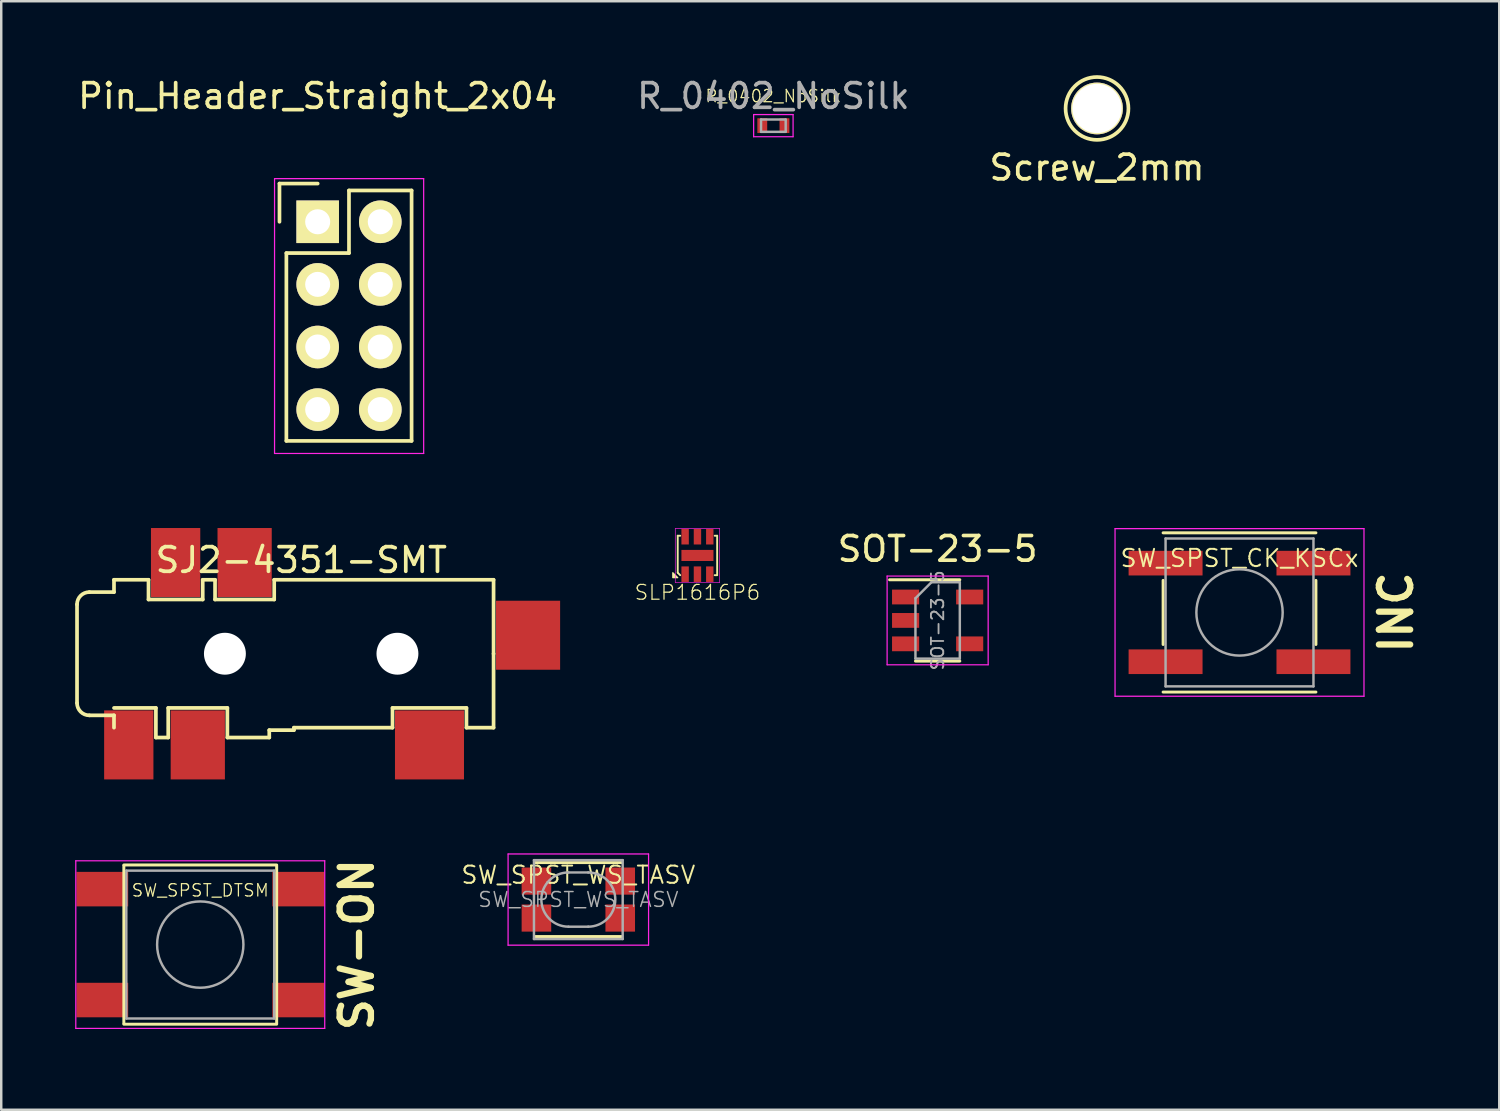
<source format=kicad_pcb>
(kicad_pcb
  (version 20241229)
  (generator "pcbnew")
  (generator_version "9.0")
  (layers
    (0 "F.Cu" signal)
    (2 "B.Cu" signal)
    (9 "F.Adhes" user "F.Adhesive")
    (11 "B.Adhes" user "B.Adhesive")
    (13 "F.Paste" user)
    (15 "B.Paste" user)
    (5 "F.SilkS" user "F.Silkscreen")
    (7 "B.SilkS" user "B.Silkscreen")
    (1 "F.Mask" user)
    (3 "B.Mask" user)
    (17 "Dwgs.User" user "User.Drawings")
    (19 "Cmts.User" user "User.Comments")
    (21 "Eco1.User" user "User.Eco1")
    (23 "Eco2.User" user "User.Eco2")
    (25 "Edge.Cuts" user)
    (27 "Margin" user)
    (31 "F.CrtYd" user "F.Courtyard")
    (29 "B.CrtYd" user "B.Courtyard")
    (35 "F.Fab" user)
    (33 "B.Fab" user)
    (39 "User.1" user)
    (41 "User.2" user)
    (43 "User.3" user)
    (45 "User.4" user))
  (footprint "SOT-23-5"
    (layer "F.Cu")
    (at 34.992 22.122)
    (property "Reference" "SOT-23-5" (at 0 -2.9 0) (layer "F.SilkS") (effects (font (size 1 1) (thickness 0.15))))
    (attr smd)
    (fp_line (start -0.9 1.65) (end 0.9 1.65) (stroke (width 0.12) (type solid)) (layer "F.SilkS"))
    (fp_line (start 0.9 -1.65) (end -1.95 -1.65) (stroke (width 0.12) (type solid)) (layer "F.SilkS"))
    (fp_line (start -2.05 -1.8) (end 2.05 -1.8) (stroke (width 0.05) (type solid)) (layer "F.CrtYd"))
    (fp_line (start -2.05 1.8) (end -2.05 -1.8) (stroke (width 0.05) (type solid)) (layer "F.CrtYd"))
    (fp_line (start 2.05 -1.8) (end 2.05 1.8) (stroke (width 0.05) (type solid)) (layer "F.CrtYd"))
    (fp_line (start 2.05 1.8) (end -2.05 1.8) (stroke (width 0.05) (type solid)) (layer "F.CrtYd"))
    (fp_line (start -0.9 -0.9) (end -0.9 1.55) (stroke (width 0.1) (type solid)) (layer "F.Fab"))
    (fp_line (start -0.9 -0.9) (end -0.25 -1.55) (stroke (width 0.1) (type solid)) (layer "F.Fab"))
    (fp_line (start 0.9 -1.55) (end -0.25 -1.55) (stroke (width 0.1) (type solid)) (layer "F.Fab"))
    (fp_line (start 0.9 -1.55) (end 0.9 1.55) (stroke (width 0.1) (type solid)) (layer "F.Fab"))
    (fp_line (start 0.9 1.55) (end -0.9 1.55) (stroke (width 0.1) (type solid)) (layer "F.Fab"))
    (fp_text user "${REFERENCE}" (at 0 0 90) (layer "F.Fab") (effects (font (size 0.5 0.5) (thickness 0.075))))
    (pad "1" smd rect (at -1.3 -0.95) (size 1.1 0.6) (layers "F.Cu" "F.Mask" "F.Paste"))
    (pad "2" smd rect (at -1.3 0) (size 1.1 0.6) (layers "F.Cu" "F.Mask" "F.Paste"))
    (pad "3" smd rect (at -1.3 0.95) (size 1.1 0.6) (layers "F.Cu" "F.Mask" "F.Paste"))
    (pad "4" smd rect (at 1.3 0.95) (size 1.1 0.6) (layers "F.Cu" "F.Mask" "F.Paste"))
    (pad "5" smd rect (at 1.3 -0.95) (size 1.1 0.6) (layers "F.Cu" "F.Mask" "F.Paste")))
  (footprint "Pin_Header_Straight_2x04"
    (layer "F.Cu")
    (at 9.839 5.948)
    (property "Reference" "Pin_Header_Straight_2x04" (at 0 -5.1 0) (layer "F.SilkS") (effects (font (size 1 1) (thickness 0.15))))
    (attr through_hole)
    (fp_line (start -1.55 -1.55) (end -1.55 0) (stroke (width 0.15) (type solid)) (layer "F.SilkS"))
    (fp_line (start -1.27 1.27) (end -1.27 8.89) (stroke (width 0.15) (type solid)) (layer "F.SilkS"))
    (fp_line (start -1.27 8.89) (end 3.81 8.89) (stroke (width 0.15) (type solid)) (layer "F.SilkS"))
    (fp_line (start 0 -1.55) (end -1.55 -1.55) (stroke (width 0.15) (type solid)) (layer "F.SilkS"))
    (fp_line (start 1.27 -1.27) (end 1.27 1.27) (stroke (width 0.15) (type solid)) (layer "F.SilkS"))
    (fp_line (start 1.27 1.27) (end -1.27 1.27) (stroke (width 0.15) (type solid)) (layer "F.SilkS"))
    (fp_line (start 3.81 -1.27) (end 1.27 -1.27) (stroke (width 0.15) (type solid)) (layer "F.SilkS"))
    (fp_line (start 3.81 8.89) (end 3.81 -1.27) (stroke (width 0.15) (type solid)) (layer "F.SilkS"))
    (fp_line (start -1.75 -1.75) (end -1.75 9.4) (stroke (width 0.05) (type solid)) (layer "F.CrtYd"))
    (fp_line (start -1.75 -1.75) (end 4.3 -1.75) (stroke (width 0.05) (type solid)) (layer "F.CrtYd"))
    (fp_line (start -1.75 9.4) (end 4.3 9.4) (stroke (width 0.05) (type solid)) (layer "F.CrtYd"))
    (fp_line (start 4.3 -1.75) (end 4.3 9.4) (stroke (width 0.05) (type solid)) (layer "F.CrtYd"))
    (pad "1" thru_hole rect (at 0 0) (size 1.727 1.727) (drill 1.016) (layers "*.Cu" "*.Mask" "F.SilkS"))
    (pad "2" thru_hole oval (at 2.54 0) (size 1.727 1.727) (drill 1.016) (layers "*.Cu" "*.Mask" "F.SilkS"))
    (pad "3" thru_hole oval (at 0 2.54) (size 1.727 1.727) (drill 1.016) (layers "*.Cu" "*.Mask" "F.SilkS"))
    (pad "4" thru_hole oval (at 2.54 2.54) (size 1.727 1.727) (drill 1.016) (layers "*.Cu" "*.Mask" "F.SilkS"))
    (pad "5" thru_hole oval (at 0 5.08) (size 1.727 1.727) (drill 1.016) (layers "*.Cu" "*.Mask" "F.SilkS"))
    (pad "6" thru_hole oval (at 2.54 5.08) (size 1.727 1.727) (drill 1.016) (layers "*.Cu" "*.Mask" "F.SilkS"))
    (pad "7" thru_hole oval (at 0 7.62) (size 1.727 1.727) (drill 1.016) (layers "*.Cu" "*.Mask" "F.SilkS"))
    (pad "8" thru_hole oval (at 2.54 7.62) (size 1.727 1.727) (drill 1.016) (layers "*.Cu" "*.Mask" "F.SilkS")))
  (footprint "R_0402_NoSilk"
    (layer "F.Cu")
    (at 28.327 2.048)
    (property "Reference" "R_0402_NoSilk" (at 0 -1.2 0) (layer "F.SilkS") (effects (font (size 0.5 0.5) (thickness 0.05))))
    (attr smd)
    (fp_line (start -0.8 -0.45) (end -0.8 0.45) (stroke (width 0.05) (type solid)) (layer "F.CrtYd"))
    (fp_line (start -0.8 -0.45) (end 0.8 -0.45) (stroke (width 0.05) (type solid)) (layer "F.CrtYd"))
    (fp_line (start 0.8 0.45) (end -0.8 0.45) (stroke (width 0.05) (type solid)) (layer "F.CrtYd"))
    (fp_line (start 0.8 0.45) (end 0.8 -0.45) (stroke (width 0.05) (type solid)) (layer "F.CrtYd"))
    (fp_line (start -0.5 -0.25) (end 0.5 -0.25) (stroke (width 0.1) (type solid)) (layer "F.Fab"))
    (fp_line (start -0.5 0.25) (end -0.5 -0.25) (stroke (width 0.1) (type solid)) (layer "F.Fab"))
    (fp_line (start 0.5 -0.25) (end 0.5 0.25) (stroke (width 0.1) (type solid)) (layer "F.Fab"))
    (fp_line (start 0.5 0.25) (end -0.5 0.25) (stroke (width 0.1) (type solid)) (layer "F.Fab"))
    (fp_text user "${REFERENCE}" (at 0 -1.2 0) (layer "F.Fab") (effects (font (size 1 1) (thickness 0.15))))
    (pad "1" smd rect (at -0.45 0) (size 0.4 0.6) (layers "F.Cu" "F.Mask" "F.Paste"))
    (pad "2" smd rect (at 0.45 0) (size 0.4 0.6) (layers "F.Cu" "F.Mask" "F.Paste")))
  (footprint "SJ2-4351-SMT"
    (layer "F.Cu")
    (at 1.575 23.473)
    (property "Reference" "SJ2-4351-SMT" (at 7.6 -3.8 0) (layer "F.SilkS") (effects (font (size 1 1) (thickness 0.15))))
    (attr through_hole)
    (fp_line (start -1.5 2) (end -1.5 -2) (stroke (width 0.15) (type solid)) (layer "F.SilkS"))
    (fp_line (start 0 -2.5) (end -1 -2.5) (stroke (width 0.15) (type solid)) (layer "F.SilkS"))
    (fp_line (start 0 -2.5) (end 0 -3) (stroke (width 0.15) (type solid)) (layer "F.SilkS"))
    (fp_line (start 0 2.5) (end -1 2.5) (stroke (width 0.15) (type solid)) (layer "F.SilkS"))
    (fp_line (start 0 2.5) (end 0 3) (stroke (width 0.15) (type solid)) (layer "F.SilkS"))
    (fp_line (start 1.4 -3) (end 0 -3) (stroke (width 0.15) (type solid)) (layer "F.SilkS"))
    (fp_line (start 1.4 -2.2) (end 1.4 -3) (stroke (width 0.15) (type solid)) (layer "F.SilkS"))
    (fp_line (start 1.7 2.2) (end 0 2.2) (stroke (width 0.15) (type solid)) (layer "F.SilkS"))
    (fp_line (start 1.7 3.4) (end 1.7 2.2) (stroke (width 0.15) (type solid)) (layer "F.SilkS"))
    (fp_line (start 2.2 2.2) (end 2.2 3.4) (stroke (width 0.15) (type solid)) (layer "F.SilkS"))
    (fp_line (start 2.2 3.4) (end 1.7 3.4) (stroke (width 0.15) (type solid)) (layer "F.SilkS"))
    (fp_line (start 3.6 -3) (end 3.6 -2.2) (stroke (width 0.15) (type solid)) (layer "F.SilkS"))
    (fp_line (start 3.6 -2.2) (end 1.4 -2.2) (stroke (width 0.15) (type solid)) (layer "F.SilkS"))
    (fp_line (start 4.1 -3) (end 3.6 -3) (stroke (width 0.15) (type solid)) (layer "F.SilkS"))
    (fp_line (start 4.1 -2.2) (end 4.1 -3) (stroke (width 0.15) (type solid)) (layer "F.SilkS"))
    (fp_line (start 4.6 2.2) (end 2.2 2.2) (stroke (width 0.15) (type solid)) (layer "F.SilkS"))
    (fp_line (start 4.6 3.4) (end 4.6 2.2) (stroke (width 0.15) (type solid)) (layer "F.SilkS"))
    (fp_line (start 6.3 3.1) (end 6.3 3.4) (stroke (width 0.15) (type solid)) (layer "F.SilkS"))
    (fp_line (start 6.3 3.4) (end 4.6 3.4) (stroke (width 0.15) (type solid)) (layer "F.SilkS"))
    (fp_line (start 6.5 -3) (end 6.5 -2.2) (stroke (width 0.15) (type solid)) (layer "F.SilkS"))
    (fp_line (start 6.5 -2.2) (end 4.1 -2.2) (stroke (width 0.15) (type solid)) (layer "F.SilkS"))
    (fp_line (start 7.3 3) (end 7.3 3.1) (stroke (width 0.15) (type solid)) (layer "F.SilkS"))
    (fp_line (start 7.3 3.1) (end 6.3 3.1) (stroke (width 0.15) (type solid)) (layer "F.SilkS"))
    (fp_line (start 11.3 2.2) (end 11.3 3) (stroke (width 0.15) (type solid)) (layer "F.SilkS"))
    (fp_line (start 11.3 3) (end 7.3 3) (stroke (width 0.15) (type solid)) (layer "F.SilkS"))
    (fp_line (start 14.3 2.2) (end 11.3 2.2) (stroke (width 0.15) (type solid)) (layer "F.SilkS"))
    (fp_line (start 14.3 3) (end 14.3 2.2) (stroke (width 0.15) (type solid)) (layer "F.SilkS"))
    (fp_line (start 15.4 -3) (end 6.5 -3) (stroke (width 0.15) (type solid)) (layer "F.SilkS"))
    (fp_line (start 15.4 0) (end 15.4 -3) (stroke (width 0.15) (type solid)) (layer "F.SilkS"))
    (fp_line (start 15.4 0) (end 15.4 3) (stroke (width 0.15) (type solid)) (layer "F.SilkS"))
    (fp_line (start 15.4 3) (end 14.3 3) (stroke (width 0.15) (type solid)) (layer "F.SilkS"))
    (fp_arc (start -1.5 -2) (mid -1.353553 -2.353553) (end -1 -2.5) (stroke (width 0.15) (type solid)) (layer "F.SilkS"))
    (fp_arc (start -1 2.5) (mid -1.353553 2.353553) (end -1.5 2) (stroke (width 0.15) (type solid)) (layer "F.SilkS"))
    (pad "" np_thru_hole circle (at 4.5 0) (size 1.7 1.7) (drill 1.7) (layers "*.Cu" "*.Mask"))
    (pad "" np_thru_hole circle (at 11.5 0) (size 1.7 1.7) (drill 1.7) (layers "*.Cu" "*.Mask"))
    (pad "1" smd rect (at 0.6 3.7) (size 2 2.8) (layers "F.Cu" "F.Mask" "F.Paste"))
    (pad "2" smd rect (at 12.8 3.7) (size 2.8 2.8) (layers "F.Cu" "F.Mask" "F.Paste"))
    (pad "3" smd rect (at 5.3 -3.7) (size 2.2 2.8) (layers "F.Cu" "F.Mask" "F.Paste"))
    (pad "4" smd rect (at 3.4 3.7) (size 2.2 2.8) (layers "F.Cu" "F.Mask" "F.Paste"))
    (pad "5" smd rect (at 16.8 -0.75) (size 2.6 2.8) (layers "F.Cu" "F.Mask" "F.Paste"))
    (pad "6" smd rect (at 2.5 -3.7) (size 2 2.8) (layers "F.Cu" "F.Mask" "F.Paste")))
  (footprint "SW_SPST_DTSM"
    (layer "F.Cu")
    (at 5.075 35.274)
    (property "Reference" "SW_SPST_DTSM" (at 0 -2.2 0) (layer "F.SilkS") (effects (font (size 0.5 0.5) (thickness 0.05))))
    (attr smd)
    (fp_line (start -3.1 -3.23) (end 3.1 -3.23) (stroke (width 0.12) (type solid)) (layer "F.SilkS"))
    (fp_line (start -3.1 -3.2) (end -3.1 3.2) (stroke (width 0.12) (type solid)) (layer "F.SilkS"))
    (fp_line (start -3.1 3.23) (end 3.1 3.23) (stroke (width 0.12) (type solid)) (layer "F.SilkS"))
    (fp_line (start 3.1 -3.2) (end 3.1 3.2) (stroke (width 0.12) (type solid)) (layer "F.SilkS"))
    (fp_line (start -5.05 -3.4) (end -5.05 3.4) (stroke (width 0.05) (type solid)) (layer "F.CrtYd"))
    (fp_line (start -5.05 -3.4) (end 5.05 -3.4) (stroke (width 0.05) (type solid)) (layer "F.CrtYd"))
    (fp_line (start -5.05 3.4) (end 5.05 3.4) (stroke (width 0.05) (type solid)) (layer "F.CrtYd"))
    (fp_line (start 5.05 3.4) (end 5.05 -3.4) (stroke (width 0.05) (type solid)) (layer "F.CrtYd"))
    (fp_line (start -3 -3) (end -3 3) (stroke (width 0.1) (type solid)) (layer "F.Fab"))
    (fp_line (start -3 3) (end 3 3) (stroke (width 0.1) (type solid)) (layer "F.Fab"))
    (fp_line (start 3 -3) (end -3 -3) (stroke (width 0.1) (type solid)) (layer "F.Fab"))
    (fp_line (start 3 3) (end 3 -3) (stroke (width 0.1) (type solid)) (layer "F.Fab"))
    (fp_circle (center 0 0) (end 1.75 -0.05) (stroke (width 0.1) (type solid)) (fill no) (layer "F.Fab"))
    (fp_text user "SW-ON" (at 6.35 0 90) (layer "F.SilkS") (effects (font (size 1.27 1.27) (thickness 0.254))))
    (pad "1" smd rect (at -3.975 -2.25) (size 2.1 1.4) (layers "F.Cu" "F.Mask" "F.Paste"))
    (pad "2" smd rect (at -3.975 2.25) (size 2.1 1.4) (layers "F.Cu" "F.Mask" "F.Paste"))
    (pad "3" smd rect (at 3.975 -2.25) (size 2.1 1.4) (layers "F.Cu" "F.Mask" "F.Paste"))
    (pad "4" smd rect (at 3.975 2.25) (size 2.1 1.4) (layers "F.Cu" "F.Mask" "F.Paste")))
  (footprint "SLP1616P6"
    (layer "F.Cu")
    (at 25.247 19.486)
    (property "Reference" "SLP1616P6" (at 0 1.5 0) (layer "F.SilkS") (effects (font (size 0.6 0.6) (thickness 0.05))))
    (attr through_hole)
    (fp_line (start -0.8 -0.8) (end -0.8 0.7) (stroke (width 0.076) (type solid)) (layer "F.SilkS"))
    (fp_line (start -0.8 0.7) (end -0.7 0.8) (stroke (width 0.076) (type solid)) (layer "F.SilkS"))
    (fp_line (start -0.7 -0.8) (end -0.8 -0.8) (stroke (width 0.076) (type solid)) (layer "F.SilkS"))
    (fp_line (start 0.7 0.8) (end 0.8 0.8) (stroke (width 0.076) (type solid)) (layer "F.SilkS"))
    (fp_line (start 0.8 -0.8) (end 0.7 -0.8) (stroke (width 0.076) (type solid)) (layer "F.SilkS"))
    (fp_line (start 0.8 0.8) (end 0.8 -0.8) (stroke (width 0.076) (type solid)) (layer "F.SilkS"))
    (fp_poly (pts (xy -0.8 0.9) (xy -1 0.7) (xy -1 0.9)) (stroke (width 0.05) (type solid)) (fill yes) (layer "F.SilkS"))
    (fp_line (start -0.9 -1.1) (end 0.9 -1.1) (stroke (width 0.025) (type solid)) (layer "F.CrtYd"))
    (fp_line (start -0.9 1.1) (end -0.9 -1.1) (stroke (width 0.025) (type solid)) (layer "F.CrtYd"))
    (fp_line (start 0.9 -1.1) (end 0.9 1.1) (stroke (width 0.025) (type solid)) (layer "F.CrtYd"))
    (fp_line (start 0.9 1.1) (end -0.9 1.1) (stroke (width 0.025) (type solid)) (layer "F.CrtYd"))
    (pad "1" smd rect (at -0.5 0.76) (size 0.3 0.63) (layers "F.Cu" "F.Mask" "F.Paste"))
    (pad "2" smd rect (at 0 0.76) (size 0.3 0.63) (layers "F.Cu" "F.Mask" "F.Paste"))
    (pad "3" smd rect (at 0.5 0.76) (size 0.3 0.63) (layers "F.Cu" "F.Mask" "F.Paste"))
    (pad "4" smd rect (at 0.5 -0.76) (size 0.3 0.63) (layers "F.Cu" "F.Mask" "F.Paste"))
    (pad "5" smd rect (at 0 -0.76) (size 0.3 0.63) (layers "F.Cu" "F.Mask" "F.Paste"))
    (pad "6" smd rect (at -0.5 -0.76) (size 0.3 0.63) (layers "F.Cu" "F.Mask" "F.Paste"))
    (pad "7" smd rect (at 0 0) (size 1.3 0.45) (layers "F.Cu" "F.Mask" "F.Paste")))
  (footprint "Screw_2mm"
    (layer "F.Cu")
    (at 41.458 1.35)
    (property "Reference" "Screw_2mm" (at 0 2.4 0) (layer "F.SilkS") (effects (font (size 1 1) (thickness 0.15))))
    (attr through_hole)
    (fp_circle (center 0 0) (end -1.25 0.25) (stroke (width 0.15) (type solid)) (fill no) (layer "F.SilkS"))
    (pad "1" thru_hole circle (at 0 0) (size 2.1 2.1) (drill 2) (layers "*.Cu" "*.Mask" "F.SilkS")))
  (footprint "SW_SPST_WS_TASV"
    (layer "F.Cu")
    (at 20.414 33.448)
    (property "Reference" "SW_SPST_WS_TASV" (at 0 -1 0) (layer "F.SilkS") (effects (font (size 0.7 0.7) (thickness 0.08))))
    (attr smd)
    (fp_line (start -1.75 1.5) (end 1.75 1.5) (stroke (width 0.12) (type solid)) (layer "F.SilkS"))
    (fp_line (start 1.75 -1.5) (end -1.75 -1.5) (stroke (width 0.12) (type solid)) (layer "F.SilkS"))
    (fp_line (start -2.85 -1.85) (end 2.85 -1.85) (stroke (width 0.05) (type solid)) (layer "F.CrtYd"))
    (fp_line (start -2.85 1.85) (end -2.85 -1.85) (stroke (width 0.05) (type solid)) (layer "F.CrtYd"))
    (fp_line (start 2.85 -1.85) (end 2.85 1.85) (stroke (width 0.05) (type solid)) (layer "F.CrtYd"))
    (fp_line (start 2.85 1.85) (end -2.85 1.85) (stroke (width 0.05) (type solid)) (layer "F.CrtYd"))
    (fp_line (start -1.8 -1.6) (end -1.8 1.6) (stroke (width 0.1) (type solid)) (layer "F.Fab"))
    (fp_line (start -1.8 1.6) (end 1.8 1.6) (stroke (width 0.1) (type solid)) (layer "F.Fab"))
    (fp_line (start -0.4 -1.1) (end 0.4 -1.1) (stroke (width 0.1) (type solid)) (layer "F.Fab"))
    (fp_line (start 0.4 1.1) (end -0.4 1.1) (stroke (width 0.1) (type solid)) (layer "F.Fab"))
    (fp_line (start 1.8 -1.6) (end -1.8 -1.6) (stroke (width 0.1) (type solid)) (layer "F.Fab"))
    (fp_line (start 1.8 1.6) (end 1.8 -1.6) (stroke (width 0.1) (type solid)) (layer "F.Fab"))
    (fp_arc (start -0.4 1.1) (mid -1.5 0) (end -0.4 -1.1) (stroke (width 0.1) (type solid)) (layer "F.Fab"))
    (fp_arc (start 0.4 -1.1) (mid 1.5 0) (end 0.4 1.1) (stroke (width 0.1) (type solid)) (layer "F.Fab"))
    (fp_text user "${REFERENCE}" (at 0 0 0) (layer "F.Fab") (effects (font (size 0.6 0.6) (thickness 0.06))))
    (pad "1" smd rect (at -1.7 -0.75) (size 1.2 1.1) (layers "F.Cu" "F.Mask" "F.Paste"))
    (pad "1" smd rect (at 1.7 -0.75) (size 1.2 1.1) (layers "F.Cu" "F.Mask" "F.Paste"))
    (pad "2" smd rect (at -1.7 0.75) (size 1.2 1.1) (layers "F.Cu" "F.Mask" "F.Paste"))
    (pad "2" smd rect (at 1.7 0.75) (size 1.2 1.1) (layers "F.Cu" "F.Mask" "F.Paste")))
  (footprint "SW_SPST_CK_KSCx"
    (layer "F.Cu")
    (at 47.24 21.798)
    (property "Reference" "SW_SPST_CK_KSCx" (at 0 -2.2 0) (layer "F.SilkS") (effects (font (size 0.7 0.7) (thickness 0.08))))
    (attr smd)
    (fp_line (start -3.1 -3.23) (end 3.1 -3.23) (stroke (width 0.12) (type solid)) (layer "F.SilkS"))
    (fp_line (start -3.1 -1.3) (end -3.1 1.3) (stroke (width 0.12) (type solid)) (layer "F.SilkS"))
    (fp_line (start -3.1 3.23) (end 3.1 3.23) (stroke (width 0.12) (type solid)) (layer "F.SilkS"))
    (fp_line (start 3.1 -1.3) (end 3.1 1.3) (stroke (width 0.12) (type solid)) (layer "F.SilkS"))
    (fp_line (start -5.05 -3.4) (end -5.05 3.4) (stroke (width 0.05) (type solid)) (layer "F.CrtYd"))
    (fp_line (start -5.05 -3.4) (end 5.05 -3.4) (stroke (width 0.05) (type solid)) (layer "F.CrtYd"))
    (fp_line (start -5.05 3.4) (end 5.05 3.4) (stroke (width 0.05) (type solid)) (layer "F.CrtYd"))
    (fp_line (start 5.05 3.4) (end 5.05 -3.4) (stroke (width 0.05) (type solid)) (layer "F.CrtYd"))
    (fp_line (start -3 -3) (end -3 3) (stroke (width 0.1) (type solid)) (layer "F.Fab"))
    (fp_line (start -3 3) (end 3 3) (stroke (width 0.1) (type solid)) (layer "F.Fab"))
    (fp_line (start 3 -3) (end -3 -3) (stroke (width 0.1) (type solid)) (layer "F.Fab"))
    (fp_line (start 3 3) (end 3 -3) (stroke (width 0.1) (type solid)) (layer "F.Fab"))
    (fp_circle (center 0 0) (end 1.75 -0.05) (stroke (width 0.1) (type solid)) (fill no) (layer "F.Fab"))
    (fp_text user "INC" (at 6.35 0 90) (layer "F.SilkS") (effects (font (size 1.27 1.27) (thickness 0.254))))
    (pad "1" smd rect (at -3 -2) (size 3 1) (layers "F.Cu" "F.Mask" "F.Paste"))
    (pad "2" smd rect (at -3 2) (size 3 1) (layers "F.Cu" "F.Mask" "F.Paste"))
    (pad "3" smd rect (at 3 -2) (size 3 1) (layers "F.Cu" "F.Mask" "F.Paste"))
    (pad "4" smd rect (at 3 2) (size 3 1) (layers "F.Cu" "F.Mask" "F.Paste")))
  (gr_rect
    (start -3 -3)
    (end 57.778 41.976)
    (stroke (width 0.1) (type default))
    (fill no)
    (layer "Edge.Cuts")))
</source>
